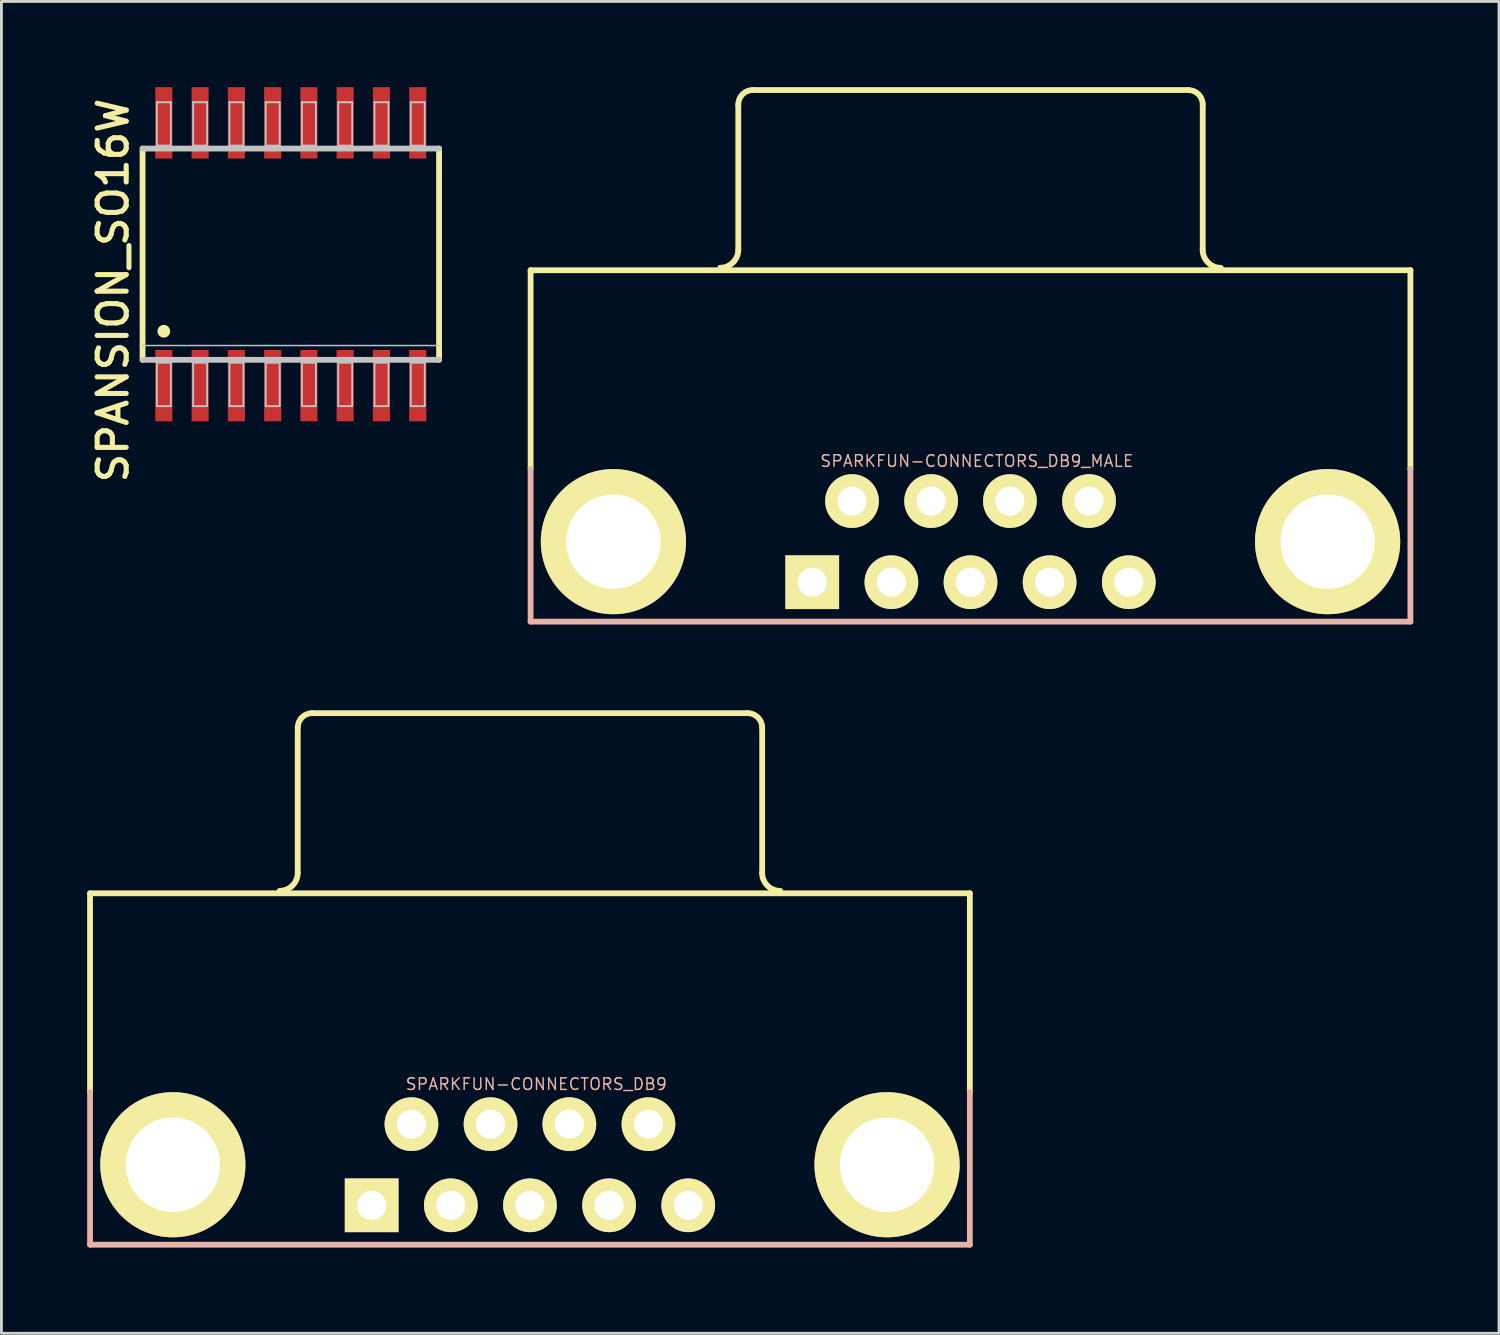
<source format=kicad_pcb>
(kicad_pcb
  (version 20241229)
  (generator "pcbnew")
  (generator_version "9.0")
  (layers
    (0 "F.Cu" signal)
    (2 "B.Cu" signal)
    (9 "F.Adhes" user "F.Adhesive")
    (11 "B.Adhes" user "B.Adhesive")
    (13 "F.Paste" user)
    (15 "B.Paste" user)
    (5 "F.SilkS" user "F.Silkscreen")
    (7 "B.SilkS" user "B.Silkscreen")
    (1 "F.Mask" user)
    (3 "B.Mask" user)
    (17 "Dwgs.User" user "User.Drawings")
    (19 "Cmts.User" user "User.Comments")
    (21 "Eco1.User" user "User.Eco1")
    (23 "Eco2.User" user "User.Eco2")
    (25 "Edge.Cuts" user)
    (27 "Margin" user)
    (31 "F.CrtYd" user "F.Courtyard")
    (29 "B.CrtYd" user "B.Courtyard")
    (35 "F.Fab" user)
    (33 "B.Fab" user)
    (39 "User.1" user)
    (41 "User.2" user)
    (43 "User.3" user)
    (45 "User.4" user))
  (footprint "SPARKFUN-CONNECTORS_DB9_MALE"
    (layer "F.Cu")
    (at 30.919 15.908)
    (property "Reference" "SPARKFUN-CONNECTORS_DB9_MALE" (at 0.221 -2.822 0) (layer "B.SilkS") (effects (font (size 0.406 0.406) (thickness 0.051))))
    (attr exclude_from_pos_files exclude_from_bom)
    (fp_line (start -15.397 -9.5) (end 15.397 -9.5) (stroke (width 0.203) (type solid)) (layer "F.SilkS"))
    (fp_line (start -15.397 -2.543) (end -15.397 -9.5) (stroke (width 0.203) (type solid)) (layer "F.SilkS"))
    (fp_line (start -8.128 -10.218) (end -8.128 -15.298) (stroke (width 0.203) (type solid)) (layer "F.SilkS"))
    (fp_line (start -7.62 -15.806) (end 7.62 -15.806) (stroke (width 0.203) (type solid)) (layer "F.SilkS"))
    (fp_line (start 8.128 -10.218) (end 8.128 -15.298) (stroke (width 0.203) (type solid)) (layer "F.SilkS"))
    (fp_line (start 15.397 -2.54) (end 15.397 -9.5) (stroke (width 0.203) (type solid)) (layer "F.SilkS"))
    (fp_arc (start -8.128 -15.29842) (mid -7.97921 -15.65763) (end -7.62 -15.80642) (stroke (width 0.2032) (type solid)) (layer "F.SilkS"))
    (fp_arc (start -8.128 -10.21842) (mid -8.313243 -9.771203) (end -8.76046 -9.58596) (stroke (width 0.2032) (type solid)) (layer "F.SilkS"))
    (fp_arc (start 7.62 -15.80642) (mid 7.97921 -15.65763) (end 8.128 -15.29842) (stroke (width 0.2032) (type solid)) (layer "F.SilkS"))
    (fp_arc (start 8.76046 -9.58342) (mid 8.311447 -9.769407) (end 8.12546 -10.21842) (stroke (width 0.2032) (type solid)) (layer "F.SilkS"))
    (fp_line (start -15.397 2.799) (end -15.397 -2.54) (stroke (width 0.203) (type solid)) (layer "B.SilkS"))
    (fp_line (start -15.397 2.799) (end 15.397 2.799) (stroke (width 0.203) (type solid)) (layer "B.SilkS"))
    (fp_line (start 15.397 2.799) (end 15.397 -2.54) (stroke (width 0.203) (type solid)) (layer "B.SilkS"))
    (pad "1" thru_hole circle (at 5.54 1.42) (size 1.88 1.88) (drill 1.016) (layers "*.Cu" "F.Mask" "F.SilkS" "F.Paste"))
    (pad "2" thru_hole circle (at 2.769 1.42) (size 1.88 1.88) (drill 1.016) (layers "*.Cu" "F.Mask" "F.SilkS" "F.Paste"))
    (pad "3" thru_hole circle (at 0 1.42) (size 1.88 1.88) (drill 1.016) (layers "*.Cu" "F.Mask" "F.SilkS" "F.Paste"))
    (pad "4" thru_hole circle (at -2.769 1.42) (size 1.88 1.88) (drill 1.016) (layers "*.Cu" "F.Mask" "F.SilkS" "F.Paste"))
    (pad "5" thru_hole rect (at -5.54 1.42) (size 1.88 1.88) (drill 1.016) (layers "*.Cu" "F.Mask" "F.SilkS" "F.Paste"))
    (pad "6" thru_hole circle (at 4.148 -1.42) (size 1.88 1.88) (drill 1.016) (layers "*.Cu" "F.Mask" "F.SilkS" "F.Paste"))
    (pad "7" thru_hole circle (at 1.379 -1.42) (size 1.88 1.88) (drill 1.016) (layers "*.Cu" "F.Mask" "F.SilkS" "F.Paste"))
    (pad "8" thru_hole circle (at -1.379 -1.42) (size 1.88 1.88) (drill 1.016) (layers "*.Cu" "F.Mask" "F.SilkS" "F.Paste"))
    (pad "9" thru_hole circle (at -4.148 -1.42) (size 1.88 1.88) (drill 1.016) (layers "*.Cu" "F.Mask" "F.SilkS" "F.Paste"))
    (pad "G1" thru_hole circle (at -12.499 0) (size 5.08 5.08) (drill 3.302) (layers "*.Cu" "F.Mask" "F.SilkS" "F.Paste"))
    (pad "G2" thru_hole circle (at 12.499 0) (size 5.08 5.08) (drill 3.302) (layers "*.Cu" "F.Mask" "F.SilkS" "F.Paste")))
  (footprint "SPARKFUN-CONNECTORS_DB9"
    (layer "F.Cu")
    (at 15.499 37.717)
    (property "Reference" "SPARKFUN-CONNECTORS_DB9" (at 0.221 -2.822 0) (layer "B.SilkS") (effects (font (size 0.406 0.406) (thickness 0.051))))
    (attr exclude_from_pos_files exclude_from_bom)
    (fp_line (start -15.397 -9.5) (end 15.397 -9.5) (stroke (width 0.203) (type solid)) (layer "F.SilkS"))
    (fp_line (start -15.397 -2.543) (end -15.397 -9.5) (stroke (width 0.203) (type solid)) (layer "F.SilkS"))
    (fp_line (start -8.128 -10.218) (end -8.128 -15.298) (stroke (width 0.203) (type solid)) (layer "F.SilkS"))
    (fp_line (start -7.62 -15.806) (end 7.62 -15.806) (stroke (width 0.203) (type solid)) (layer "F.SilkS"))
    (fp_line (start 8.128 -10.218) (end 8.128 -15.298) (stroke (width 0.203) (type solid)) (layer "F.SilkS"))
    (fp_line (start 15.397 -2.54) (end 15.397 -9.5) (stroke (width 0.203) (type solid)) (layer "F.SilkS"))
    (fp_arc (start -8.128 -15.29842) (mid -7.97921 -15.65763) (end -7.62 -15.80642) (stroke (width 0.2032) (type solid)) (layer "F.SilkS"))
    (fp_arc (start -8.128 -10.21842) (mid -8.313243 -9.771203) (end -8.76046 -9.58596) (stroke (width 0.2032) (type solid)) (layer "F.SilkS"))
    (fp_arc (start 7.62 -15.80642) (mid 7.97921 -15.65763) (end 8.128 -15.29842) (stroke (width 0.2032) (type solid)) (layer "F.SilkS"))
    (fp_arc (start 8.76046 -9.58342) (mid 8.311447 -9.769407) (end 8.12546 -10.21842) (stroke (width 0.2032) (type solid)) (layer "F.SilkS"))
    (fp_line (start -15.397 2.799) (end -15.397 -2.54) (stroke (width 0.203) (type solid)) (layer "B.SilkS"))
    (fp_line (start -15.397 2.799) (end 15.397 2.799) (stroke (width 0.203) (type solid)) (layer "B.SilkS"))
    (fp_line (start 15.397 2.799) (end 15.397 -2.54) (stroke (width 0.203) (type solid)) (layer "B.SilkS"))
    (pad "1" thru_hole rect (at -5.54 1.42) (size 1.88 1.88) (drill 1.016) (layers "*.Cu" "F.Mask" "F.SilkS" "F.Paste"))
    (pad "2" thru_hole circle (at -2.769 1.42) (size 1.88 1.88) (drill 1.016) (layers "*.Cu" "F.Mask" "F.SilkS" "F.Paste"))
    (pad "3" thru_hole circle (at 0 1.42) (size 1.88 1.88) (drill 1.016) (layers "*.Cu" "F.Mask" "F.SilkS" "F.Paste"))
    (pad "4" thru_hole circle (at 2.769 1.42) (size 1.88 1.88) (drill 1.016) (layers "*.Cu" "F.Mask" "F.SilkS" "F.Paste"))
    (pad "5" thru_hole circle (at 5.54 1.42) (size 1.88 1.88) (drill 1.016) (layers "*.Cu" "F.Mask" "F.SilkS" "F.Paste"))
    (pad "6" thru_hole circle (at -4.148 -1.42) (size 1.88 1.88) (drill 1.016) (layers "*.Cu" "F.Mask" "F.SilkS" "F.Paste"))
    (pad "7" thru_hole circle (at -1.379 -1.42) (size 1.88 1.88) (drill 1.016) (layers "*.Cu" "F.Mask" "F.SilkS" "F.Paste"))
    (pad "8" thru_hole circle (at 1.379 -1.42) (size 1.88 1.88) (drill 1.016) (layers "*.Cu" "F.Mask" "F.SilkS" "F.Paste"))
    (pad "9" thru_hole circle (at 4.148 -1.42) (size 1.88 1.88) (drill 1.016) (layers "*.Cu" "F.Mask" "F.SilkS" "F.Paste"))
    (pad "G1" thru_hole circle (at -12.499 0) (size 5.08 5.08) (drill 3.302) (layers "*.Cu" "F.Mask" "F.SilkS" "F.Paste"))
    (pad "G2" thru_hole circle (at 12.499 0) (size 5.08 5.08) (drill 3.302) (layers "*.Cu" "F.Mask" "F.SilkS" "F.Paste")))
  (footprint "SPANSION_SO16W"
    (layer "F.Cu")
    (at 7.129 5.847)
    (property "Reference" "SPANSION_SO16W" (at -6.223 1.27 90) (layer "F.SilkS") (effects (font (size 1.016 1.016) (thickness 0.178))))
    (attr smd)
    (fp_line (start -5.189 3.698) (end -5.189 -3.698) (stroke (width 0.203) (type solid)) (layer "F.SilkS"))
    (fp_line (start 5.189 -3.698) (end 5.189 3.698) (stroke (width 0.203) (type solid)) (layer "F.SilkS"))
    (fp_circle (center -4.445 2.697) (end -4.602 2.855) (stroke (width 0) (type solid)) (fill yes) (layer "F.SilkS"))
    (fp_line (start -5.189 -3.698) (end 5.189 -3.698) (stroke (width 0.203) (type solid)) (layer "Dwgs.User"))
    (fp_line (start -4.689 -5.319) (end -4.199 -5.319) (stroke (width 0.066) (type solid)) (layer "Dwgs.User"))
    (fp_line (start -4.689 -3.8) (end -4.689 -5.319) (stroke (width 0.066) (type solid)) (layer "Dwgs.User"))
    (fp_line (start -4.689 -3.8) (end -4.199 -3.8) (stroke (width 0.066) (type solid)) (layer "Dwgs.User"))
    (fp_line (start -4.689 3.8) (end -4.199 3.8) (stroke (width 0.066) (type solid)) (layer "Dwgs.User"))
    (fp_line (start -4.689 5.319) (end -4.689 3.8) (stroke (width 0.066) (type solid)) (layer "Dwgs.User"))
    (fp_line (start -4.689 5.319) (end -4.199 5.319) (stroke (width 0.066) (type solid)) (layer "Dwgs.User"))
    (fp_line (start -4.199 -3.8) (end -4.199 -5.319) (stroke (width 0.066) (type solid)) (layer "Dwgs.User"))
    (fp_line (start -4.199 5.319) (end -4.199 3.8) (stroke (width 0.066) (type solid)) (layer "Dwgs.User"))
    (fp_line (start -3.419 -5.319) (end -2.929 -5.319) (stroke (width 0.066) (type solid)) (layer "Dwgs.User"))
    (fp_line (start -3.419 -3.8) (end -3.419 -5.319) (stroke (width 0.066) (type solid)) (layer "Dwgs.User"))
    (fp_line (start -3.419 -3.8) (end -2.929 -3.8) (stroke (width 0.066) (type solid)) (layer "Dwgs.User"))
    (fp_line (start -3.419 3.8) (end -2.929 3.8) (stroke (width 0.066) (type solid)) (layer "Dwgs.User"))
    (fp_line (start -3.419 5.319) (end -3.419 3.8) (stroke (width 0.066) (type solid)) (layer "Dwgs.User"))
    (fp_line (start -3.419 5.319) (end -2.929 5.319) (stroke (width 0.066) (type solid)) (layer "Dwgs.User"))
    (fp_line (start -2.929 -3.8) (end -2.929 -5.319) (stroke (width 0.066) (type solid)) (layer "Dwgs.User"))
    (fp_line (start -2.929 5.319) (end -2.929 3.8) (stroke (width 0.066) (type solid)) (layer "Dwgs.User"))
    (fp_line (start -2.149 -5.319) (end -1.659 -5.319) (stroke (width 0.066) (type solid)) (layer "Dwgs.User"))
    (fp_line (start -2.149 -3.8) (end -2.149 -5.319) (stroke (width 0.066) (type solid)) (layer "Dwgs.User"))
    (fp_line (start -2.149 -3.8) (end -1.659 -3.8) (stroke (width 0.066) (type solid)) (layer "Dwgs.User"))
    (fp_line (start -2.149 3.8) (end -1.659 3.8) (stroke (width 0.066) (type solid)) (layer "Dwgs.User"))
    (fp_line (start -2.149 5.319) (end -2.149 3.8) (stroke (width 0.066) (type solid)) (layer "Dwgs.User"))
    (fp_line (start -2.149 5.319) (end -1.659 5.319) (stroke (width 0.066) (type solid)) (layer "Dwgs.User"))
    (fp_line (start -1.659 -3.8) (end -1.659 -5.319) (stroke (width 0.066) (type solid)) (layer "Dwgs.User"))
    (fp_line (start -1.659 5.319) (end -1.659 3.8) (stroke (width 0.066) (type solid)) (layer "Dwgs.User"))
    (fp_line (start -0.879 -5.319) (end -0.389 -5.319) (stroke (width 0.066) (type solid)) (layer "Dwgs.User"))
    (fp_line (start -0.879 -3.8) (end -0.879 -5.319) (stroke (width 0.066) (type solid)) (layer "Dwgs.User"))
    (fp_line (start -0.879 -3.8) (end -0.389 -3.8) (stroke (width 0.066) (type solid)) (layer "Dwgs.User"))
    (fp_line (start -0.879 3.8) (end -0.389 3.8) (stroke (width 0.066) (type solid)) (layer "Dwgs.User"))
    (fp_line (start -0.879 5.319) (end -0.879 3.8) (stroke (width 0.066) (type solid)) (layer "Dwgs.User"))
    (fp_line (start -0.879 5.319) (end -0.389 5.319) (stroke (width 0.066) (type solid)) (layer "Dwgs.User"))
    (fp_line (start -0.389 -3.8) (end -0.389 -5.319) (stroke (width 0.066) (type solid)) (layer "Dwgs.User"))
    (fp_line (start -0.389 5.319) (end -0.389 3.8) (stroke (width 0.066) (type solid)) (layer "Dwgs.User"))
    (fp_line (start 0.389 -5.319) (end 0.879 -5.319) (stroke (width 0.066) (type solid)) (layer "Dwgs.User"))
    (fp_line (start 0.389 -3.8) (end 0.389 -5.319) (stroke (width 0.066) (type solid)) (layer "Dwgs.User"))
    (fp_line (start 0.389 -3.8) (end 0.879 -3.8) (stroke (width 0.066) (type solid)) (layer "Dwgs.User"))
    (fp_line (start 0.389 3.8) (end 0.879 3.8) (stroke (width 0.066) (type solid)) (layer "Dwgs.User"))
    (fp_line (start 0.389 5.319) (end 0.389 3.8) (stroke (width 0.066) (type solid)) (layer "Dwgs.User"))
    (fp_line (start 0.389 5.319) (end 0.879 5.319) (stroke (width 0.066) (type solid)) (layer "Dwgs.User"))
    (fp_line (start 0.879 -3.8) (end 0.879 -5.319) (stroke (width 0.066) (type solid)) (layer "Dwgs.User"))
    (fp_line (start 0.879 5.319) (end 0.879 3.8) (stroke (width 0.066) (type solid)) (layer "Dwgs.User"))
    (fp_line (start 1.659 -5.319) (end 2.149 -5.319) (stroke (width 0.066) (type solid)) (layer "Dwgs.User"))
    (fp_line (start 1.659 -3.8) (end 1.659 -5.319) (stroke (width 0.066) (type solid)) (layer "Dwgs.User"))
    (fp_line (start 1.659 -3.8) (end 2.149 -3.8) (stroke (width 0.066) (type solid)) (layer "Dwgs.User"))
    (fp_line (start 1.659 3.8) (end 2.149 3.8) (stroke (width 0.066) (type solid)) (layer "Dwgs.User"))
    (fp_line (start 1.659 5.319) (end 1.659 3.8) (stroke (width 0.066) (type solid)) (layer "Dwgs.User"))
    (fp_line (start 1.659 5.319) (end 2.149 5.319) (stroke (width 0.066) (type solid)) (layer "Dwgs.User"))
    (fp_line (start 2.149 -3.8) (end 2.149 -5.319) (stroke (width 0.066) (type solid)) (layer "Dwgs.User"))
    (fp_line (start 2.149 5.319) (end 2.149 3.8) (stroke (width 0.066) (type solid)) (layer "Dwgs.User"))
    (fp_line (start 2.929 -5.319) (end 3.419 -5.319) (stroke (width 0.066) (type solid)) (layer "Dwgs.User"))
    (fp_line (start 2.929 -3.8) (end 2.929 -5.319) (stroke (width 0.066) (type solid)) (layer "Dwgs.User"))
    (fp_line (start 2.929 -3.8) (end 3.419 -3.8) (stroke (width 0.066) (type solid)) (layer "Dwgs.User"))
    (fp_line (start 2.929 3.8) (end 3.419 3.8) (stroke (width 0.066) (type solid)) (layer "Dwgs.User"))
    (fp_line (start 2.929 5.319) (end 2.929 3.8) (stroke (width 0.066) (type solid)) (layer "Dwgs.User"))
    (fp_line (start 2.929 5.319) (end 3.419 5.319) (stroke (width 0.066) (type solid)) (layer "Dwgs.User"))
    (fp_line (start 3.419 -3.8) (end 3.419 -5.319) (stroke (width 0.066) (type solid)) (layer "Dwgs.User"))
    (fp_line (start 3.419 5.319) (end 3.419 3.8) (stroke (width 0.066) (type solid)) (layer "Dwgs.User"))
    (fp_line (start 4.199 -5.319) (end 4.689 -5.319) (stroke (width 0.066) (type solid)) (layer "Dwgs.User"))
    (fp_line (start 4.199 -3.8) (end 4.199 -5.319) (stroke (width 0.066) (type solid)) (layer "Dwgs.User"))
    (fp_line (start 4.199 -3.8) (end 4.689 -3.8) (stroke (width 0.066) (type solid)) (layer "Dwgs.User"))
    (fp_line (start 4.199 3.8) (end 4.689 3.8) (stroke (width 0.066) (type solid)) (layer "Dwgs.User"))
    (fp_line (start 4.199 5.319) (end 4.199 3.8) (stroke (width 0.066) (type solid)) (layer "Dwgs.User"))
    (fp_line (start 4.199 5.319) (end 4.689 5.319) (stroke (width 0.066) (type solid)) (layer "Dwgs.User"))
    (fp_line (start 4.689 -3.8) (end 4.689 -5.319) (stroke (width 0.066) (type solid)) (layer "Dwgs.User"))
    (fp_line (start 4.689 5.319) (end 4.689 3.8) (stroke (width 0.066) (type solid)) (layer "Dwgs.User"))
    (fp_line (start 5.189 3.198) (end -5.189 3.198) (stroke (width 0.051) (type solid)) (layer "Dwgs.User"))
    (fp_line (start 5.189 3.698) (end -5.189 3.698) (stroke (width 0.203) (type solid)) (layer "Dwgs.User"))
    (pad "1" smd rect (at -4.445 4.6) (size 0.599 2.499) (layers "F.Cu" "F.Mask" "F.Paste"))
    (pad "2" smd rect (at -3.175 4.6) (size 0.599 2.499) (layers "F.Cu" "F.Mask" "F.Paste"))
    (pad "3" smd rect (at -1.905 4.6) (size 0.599 2.499) (layers "F.Cu" "F.Mask" "F.Paste"))
    (pad "4" smd rect (at -0.635 4.6) (size 0.599 2.499) (layers "F.Cu" "F.Mask" "F.Paste"))
    (pad "5" smd rect (at 0.632 4.6) (size 0.599 2.499) (layers "F.Cu" "F.Mask" "F.Paste"))
    (pad "6" smd rect (at 1.902 4.6) (size 0.599 2.499) (layers "F.Cu" "F.Mask" "F.Paste"))
    (pad "7" smd rect (at 3.172 4.6) (size 0.599 2.499) (layers "F.Cu" "F.Mask" "F.Paste"))
    (pad "8" smd rect (at 4.442 4.6) (size 0.599 2.499) (layers "F.Cu" "F.Mask" "F.Paste"))
    (pad "9" smd rect (at 4.442 -4.597) (size 0.599 2.499) (layers "F.Cu" "F.Mask" "F.Paste"))
    (pad "10" smd rect (at 3.172 -4.597) (size 0.599 2.499) (layers "F.Cu" "F.Mask" "F.Paste"))
    (pad "11" smd rect (at 1.902 -4.597) (size 0.599 2.499) (layers "F.Cu" "F.Mask" "F.Paste"))
    (pad "12" smd rect (at 0.632 -4.597) (size 0.599 2.499) (layers "F.Cu" "F.Mask" "F.Paste"))
    (pad "13" smd rect (at -0.635 -4.597) (size 0.599 2.499) (layers "F.Cu" "F.Mask" "F.Paste"))
    (pad "14" smd rect (at -1.905 -4.597) (size 0.599 2.499) (layers "F.Cu" "F.Mask" "F.Paste"))
    (pad "15" smd rect (at -3.175 -4.597) (size 0.599 2.499) (layers "F.Cu" "F.Mask" "F.Paste"))
    (pad "16" smd rect (at -4.445 -4.597) (size 0.599 2.499) (layers "F.Cu" "F.Mask" "F.Paste")))
  (gr_rect
    (start -3 -3)
    (end 49.418 43.617)
    (stroke (width 0.1) (type default))
    (fill no)
    (layer "Edge.Cuts")))
</source>
